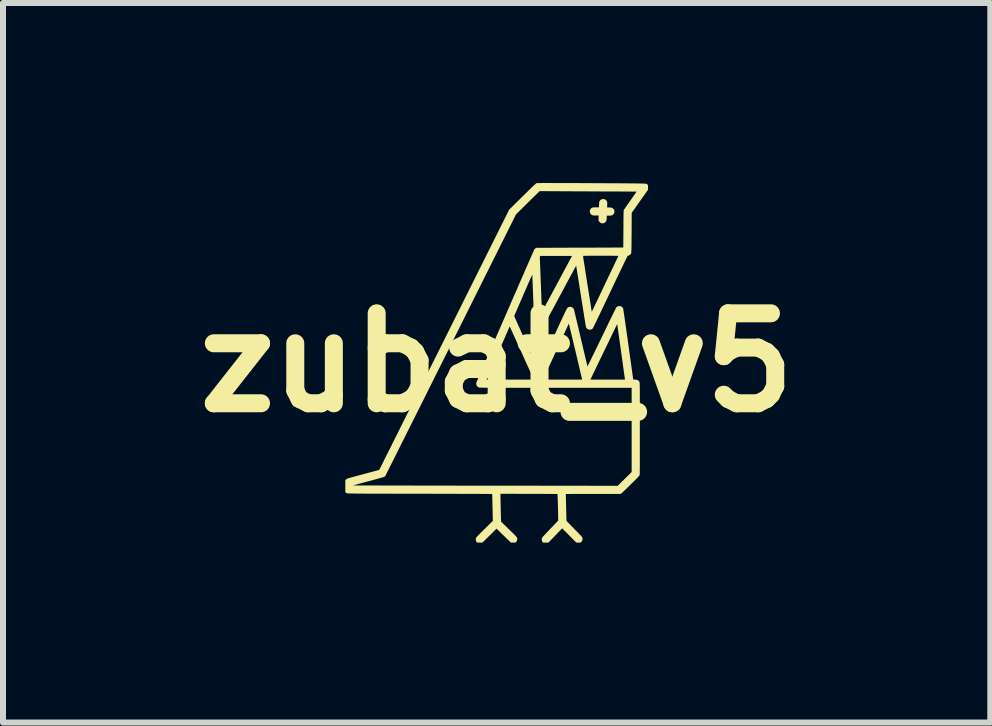
<source format=kicad_pcb>
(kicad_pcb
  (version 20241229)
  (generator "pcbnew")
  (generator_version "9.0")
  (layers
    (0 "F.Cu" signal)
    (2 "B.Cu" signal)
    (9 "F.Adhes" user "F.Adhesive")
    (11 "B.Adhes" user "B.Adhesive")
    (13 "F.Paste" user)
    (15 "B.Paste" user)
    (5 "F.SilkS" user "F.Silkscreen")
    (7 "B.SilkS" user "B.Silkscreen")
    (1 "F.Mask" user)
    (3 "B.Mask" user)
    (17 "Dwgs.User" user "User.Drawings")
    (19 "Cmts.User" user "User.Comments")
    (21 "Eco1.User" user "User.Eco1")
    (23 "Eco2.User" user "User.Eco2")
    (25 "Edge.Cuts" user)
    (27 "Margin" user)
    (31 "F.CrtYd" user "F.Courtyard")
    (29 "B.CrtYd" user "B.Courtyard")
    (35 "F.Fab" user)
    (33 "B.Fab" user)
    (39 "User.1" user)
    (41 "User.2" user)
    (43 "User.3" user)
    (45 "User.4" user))
  (footprint "zubat_v5"
    (layer "F.Cu")
    (at 5.229 2.994)
    (property "Reference" "zubat_v5" (at 0 0 0) (layer "F.SilkS") (effects (font (size 1.5 1.5) (thickness 0.3))))
    (attr board_only exclude_from_pos_files exclude_from_bom)
    (fp_poly (pts (xy 1.788 -2.726) (xy 1.797 -2.724) (xy 1.805 -2.721) (xy 1.809 -2.718) (xy 1.824 -2.707) (xy 1.835 -2.692) (xy 1.84 -2.681) (xy 1.842 -2.675) (xy 1.843 -2.669) (xy 1.843 -2.66) (xy 1.843 -2.649) (xy 1.843 -2.633) (xy 1.842 -2.627) (xy 1.841 -2.586) (xy 1.873 -2.586) (xy 1.893 -2.585) (xy 1.909 -2.583) (xy 1.921 -2.58) (xy 1.931 -2.575) (xy 1.941 -2.568) (xy 1.943 -2.565) (xy 1.955 -2.55) (xy 1.961 -2.533) (xy 1.963 -2.516) (xy 1.961 -2.498) (xy 1.953 -2.482) (xy 1.943 -2.47) (xy 1.935 -2.462) (xy 1.925 -2.456) (xy 1.914 -2.453) (xy 1.901 -2.45) (xy 1.883 -2.449) (xy 1.87 -2.449) (xy 1.836 -2.449) (xy 1.835 -2.44) (xy 1.835 -2.434) (xy 1.835 -2.424) (xy 1.834 -2.411) (xy 1.833 -2.4) (xy 1.832 -2.385) (xy 1.831 -2.375) (xy 1.829 -2.367) (xy 1.826 -2.361) (xy 1.824 -2.355) (xy 1.812 -2.341) (xy 1.798 -2.33) (xy 1.781 -2.323) (xy 1.763 -2.321) (xy 1.745 -2.324) (xy 1.742 -2.325) (xy 1.726 -2.334) (xy 1.712 -2.347) (xy 1.705 -2.356) (xy 1.702 -2.361) (xy 1.7 -2.366) (xy 1.699 -2.371) (xy 1.698 -2.377) (xy 1.698 -2.387) (xy 1.698 -2.4) (xy 1.698 -2.41) (xy 1.699 -2.452) (xy 1.654 -2.452) (xy 1.633 -2.452) (xy 1.617 -2.453) (xy 1.604 -2.455) (xy 1.593 -2.458) (xy 1.585 -2.462) (xy 1.577 -2.468) (xy 1.572 -2.472) (xy 1.561 -2.487) (xy 1.554 -2.504) (xy 1.552 -2.522) (xy 1.555 -2.539) (xy 1.562 -2.556) (xy 1.572 -2.568) (xy 1.58 -2.575) (xy 1.587 -2.58) (xy 1.596 -2.583) (xy 1.606 -2.586) (xy 1.62 -2.587) (xy 1.637 -2.588) (xy 1.657 -2.588) (xy 1.704 -2.588) (xy 1.706 -2.629) (xy 1.707 -2.648) (xy 1.708 -2.663) (xy 1.71 -2.674) (xy 1.712 -2.683) (xy 1.715 -2.69) (xy 1.719 -2.697) (xy 1.722 -2.701) (xy 1.735 -2.714) (xy 1.751 -2.722) (xy 1.77 -2.726) (xy 1.777 -2.726)) (stroke (width 0) (type solid)) (fill yes) (layer "F.SilkS"))
    (fp_poly (pts (xy 0.84 -2.994) (xy 0.87 -2.994) (xy 0.903 -2.993) (xy 0.939 -2.993) (xy 0.979 -2.993) (xy 1.023 -2.993) (xy 1.07 -2.993) (xy 1.122 -2.993) (xy 1.178 -2.992) (xy 1.239 -2.992) (xy 1.304 -2.992) (xy 1.374 -2.992) (xy 1.449 -2.991) (xy 1.529 -2.991) (xy 1.577 -2.991) (xy 1.661 -2.99) (xy 1.74 -2.99) (xy 1.813 -2.99) (xy 1.882 -2.989) (xy 1.946 -2.989) (xy 2.006 -2.989) (xy 2.061 -2.988) (xy 2.111 -2.988) (xy 2.158 -2.988) (xy 2.201 -2.987) (xy 2.24 -2.987) (xy 2.275 -2.987) (xy 2.308 -2.987) (xy 2.337 -2.986) (xy 2.362 -2.986) (xy 2.386 -2.985) (xy 2.406 -2.985) (xy 2.424 -2.985) (xy 2.439 -2.984) (xy 2.453 -2.984) (xy 2.464 -2.983) (xy 2.474 -2.982) (xy 2.482 -2.982) (xy 2.488 -2.981) (xy 2.494 -2.98) (xy 2.498 -2.979) (xy 2.501 -2.978) (xy 2.503 -2.977) (xy 2.505 -2.976) (xy 2.506 -2.974) (xy 2.508 -2.973) (xy 2.509 -2.972) (xy 2.51 -2.97) (xy 2.511 -2.968) (xy 2.512 -2.968) (xy 2.523 -2.957) (xy 2.523 -2.919) (xy 2.523 -2.881) (xy 2.387 -2.689) (xy 2.251 -2.497) (xy 2.249 -2.168) (xy 2.249 -2.117) (xy 2.248 -2.072) (xy 2.248 -2.031) (xy 2.248 -1.995) (xy 2.248 -1.964) (xy 2.247 -1.936) (xy 2.247 -1.912) (xy 2.246 -1.891) (xy 2.246 -1.874) (xy 2.245 -1.859) (xy 2.245 -1.847) (xy 2.244 -1.837) (xy 2.243 -1.829) (xy 2.241 -1.823) (xy 2.24 -1.818) (xy 2.238 -1.814) (xy 2.236 -1.811) (xy 2.234 -1.808) (xy 2.232 -1.806) (xy 2.229 -1.803) (xy 2.227 -1.801) (xy 2.217 -1.793) (xy 2.205 -1.787) (xy 2.193 -1.782) (xy 2.185 -1.781) (xy 2.183 -1.779) (xy 2.18 -1.773) (xy 2.175 -1.764) (xy 2.169 -1.75) (xy 2.16 -1.733) (xy 2.149 -1.712) (xy 2.137 -1.686) (xy 2.122 -1.656) (xy 2.106 -1.622) (xy 2.087 -1.583) (xy 2.067 -1.541) (xy 2.044 -1.493) (xy 2.019 -1.441) (xy 1.992 -1.385) (xy 1.963 -1.323) (xy 1.932 -1.257) (xy 1.898 -1.186) (xy 1.896 -1.181) (xy 1.87 -1.127) (xy 1.845 -1.074) (xy 1.82 -1.022) (xy 1.796 -0.973) (xy 1.774 -0.925) (xy 1.752 -0.879) (xy 1.731 -0.836) (xy 1.712 -0.795) (xy 1.693 -0.757) (xy 1.676 -0.721) (xy 1.661 -0.689) (xy 1.647 -0.661) (xy 1.635 -0.636) (xy 1.625 -0.615) (xy 1.617 -0.598) (xy 1.61 -0.585) (xy 1.606 -0.576) (xy 1.604 -0.573) (xy 1.604 -0.573) (xy 1.592 -0.561) (xy 1.577 -0.553) (xy 1.561 -0.549) (xy 1.544 -0.55) (xy 1.528 -0.554) (xy 1.513 -0.561) (xy 1.501 -0.572) (xy 1.491 -0.586) (xy 1.488 -0.595) (xy 1.487 -0.599) (xy 1.485 -0.608) (xy 1.483 -0.623) (xy 1.48 -0.641) (xy 1.476 -0.664) (xy 1.472 -0.691) (xy 1.467 -0.722) (xy 1.461 -0.756) (xy 1.455 -0.794) (xy 1.449 -0.834) (xy 1.442 -0.877) (xy 1.435 -0.922) (xy 1.427 -0.97) (xy 1.419 -1.019) (xy 1.411 -1.07) (xy 1.405 -1.112) (xy 1.396 -1.164) (xy 1.389 -1.214) (xy 1.381 -1.263) (xy 1.374 -1.309) (xy 1.367 -1.353) (xy 1.36 -1.395) (xy 1.354 -1.434) (xy 1.348 -1.47) (xy 1.343 -1.503) (xy 1.339 -1.532) (xy 1.334 -1.557) (xy 1.331 -1.578) (xy 1.328 -1.595) (xy 1.326 -1.607) (xy 1.325 -1.614) (xy 1.325 -1.616) (xy 1.324 -1.614) (xy 1.32 -1.607) (xy 1.314 -1.596) (xy 1.305 -1.58) (xy 1.295 -1.561) (xy 1.282 -1.538) (xy 1.268 -1.511) (xy 1.252 -1.481) (xy 1.234 -1.448) (xy 1.215 -1.413) (xy 1.194 -1.374) (xy 1.172 -1.333) (xy 1.149 -1.29) (xy 1.125 -1.245) (xy 1.1 -1.198) (xy 1.074 -1.149) (xy 1.047 -1.1) (xy 1.039 -1.086) (xy 1.013 -1.036) (xy 0.986 -0.987) (xy 0.961 -0.939) (xy 0.936 -0.893) (xy 0.912 -0.849) (xy 0.889 -0.807) (xy 0.868 -0.767) (xy 0.848 -0.73) (xy 0.829 -0.695) (xy 0.812 -0.664) (xy 0.797 -0.636) (xy 0.783 -0.611) (xy 0.772 -0.59) (xy 0.762 -0.572) (xy 0.755 -0.559) (xy 0.75 -0.55) (xy 0.748 -0.546) (xy 0.747 -0.545) (xy 0.735 -0.533) (xy 0.72 -0.526) (xy 0.704 -0.522) (xy 0.687 -0.522) (xy 0.671 -0.526) (xy 0.656 -0.534) (xy 0.644 -0.545) (xy 0.635 -0.56) (xy 0.632 -0.568) (xy 0.631 -0.57) (xy 0.63 -0.575) (xy 0.63 -0.581) (xy 0.629 -0.589) (xy 0.628 -0.6) (xy 0.627 -0.613) (xy 0.627 -0.628) (xy 0.626 -0.647) (xy 0.625 -0.669) (xy 0.623 -0.694) (xy 0.622 -0.724) (xy 0.621 -0.757) (xy 0.619 -0.794) (xy 0.618 -0.835) (xy 0.616 -0.882) (xy 0.614 -0.933) (xy 0.612 -0.989) (xy 0.611 -1.017) (xy 0.609 -1.066) (xy 0.607 -1.113) (xy 0.606 -1.158) (xy 0.604 -1.201) (xy 0.602 -1.242) (xy 0.601 -1.281) (xy 0.6 -1.317) (xy 0.598 -1.349) (xy 0.597 -1.378) (xy 0.596 -1.403) (xy 0.595 -1.424) (xy 0.595 -1.441) (xy 0.594 -1.453) (xy 0.594 -1.46) (xy 0.594 -1.462) (xy 0.593 -1.462) (xy 0.592 -1.461) (xy 0.59 -1.457) (xy 0.587 -1.451) (xy 0.583 -1.442) (xy 0.577 -1.431) (xy 0.57 -1.416) (xy 0.562 -1.398) (xy 0.553 -1.377) (xy 0.542 -1.352) (xy 0.529 -1.324) (xy 0.515 -1.291) (xy 0.499 -1.254) (xy 0.481 -1.213) (xy 0.461 -1.167) (xy 0.443 -1.126) (xy 0.426 -1.085) (xy 0.408 -1.045) (xy 0.392 -1.007) (xy 0.376 -0.971) (xy 0.361 -0.936) (xy 0.348 -0.905) (xy 0.335 -0.876) (xy 0.324 -0.85) (xy 0.314 -0.828) (xy 0.306 -0.809) (xy 0.3 -0.794) (xy 0.296 -0.783) (xy 0.293 -0.777) (xy 0.293 -0.776) (xy 0.294 -0.773) (xy 0.297 -0.766) (xy 0.302 -0.754) (xy 0.309 -0.738) (xy 0.317 -0.718) (xy 0.328 -0.695) (xy 0.339 -0.669) (xy 0.352 -0.64) (xy 0.366 -0.608) (xy 0.382 -0.574) (xy 0.398 -0.538) (xy 0.414 -0.501) (xy 0.432 -0.462) (xy 0.45 -0.422) (xy 0.468 -0.382) (xy 0.486 -0.341) (xy 0.504 -0.3) (xy 0.523 -0.26) (xy 0.541 -0.219) (xy 0.559 -0.18) (xy 0.576 -0.142) (xy 0.593 -0.105) (xy 0.609 -0.07) (xy 0.624 -0.037) (xy 0.637 -0.006) (xy 0.65 0.022) (xy 0.662 0.047) (xy 0.672 0.068) (xy 0.68 0.087) (xy 0.687 0.101) (xy 0.692 0.111) (xy 0.694 0.117) (xy 0.695 0.118) (xy 0.696 0.116) (xy 0.7 0.109) (xy 0.705 0.097) (xy 0.713 0.082) (xy 0.722 0.062) (xy 0.733 0.038) (xy 0.746 0.011) (xy 0.76 -0.019) (xy 0.776 -0.053) (xy 0.793 -0.09) (xy 0.811 -0.129) (xy 0.83 -0.17) (xy 0.851 -0.214) (xy 0.872 -0.26) (xy 0.894 -0.307) (xy 0.916 -0.356) (xy 0.932 -0.389) (xy 0.959 -0.449) (xy 0.985 -0.505) (xy 1.008 -0.556) (xy 1.03 -0.602) (xy 1.049 -0.645) (xy 1.067 -0.683) (xy 1.083 -0.718) (xy 1.097 -0.749) (xy 1.11 -0.776) (xy 1.122 -0.801) (xy 1.132 -0.823) (xy 1.141 -0.841) (xy 1.149 -0.858) (xy 1.156 -0.871) (xy 1.162 -0.883) (xy 1.168 -0.893) (xy 1.172 -0.901) (xy 1.176 -0.907) (xy 1.18 -0.912) (xy 1.183 -0.916) (xy 1.186 -0.919) (xy 1.189 -0.921) (xy 1.191 -0.922) (xy 1.194 -0.923) (xy 1.196 -0.924) (xy 1.199 -0.925) (xy 1.201 -0.926) (xy 1.211 -0.928) (xy 1.221 -0.93) (xy 1.225 -0.93) (xy 1.242 -0.928) (xy 1.258 -0.921) (xy 1.272 -0.91) (xy 1.283 -0.896) (xy 1.288 -0.885) (xy 1.289 -0.881) (xy 1.292 -0.872) (xy 1.295 -0.858) (xy 1.299 -0.84) (xy 1.305 -0.817) (xy 1.311 -0.791) (xy 1.318 -0.761) (xy 1.326 -0.727) (xy 1.335 -0.691) (xy 1.344 -0.651) (xy 1.354 -0.61) (xy 1.365 -0.566) (xy 1.375 -0.52) (xy 1.387 -0.472) (xy 1.398 -0.423) (xy 1.402 -0.408) (xy 1.413 -0.358) (xy 1.425 -0.311) (xy 1.436 -0.264) (xy 1.446 -0.22) (xy 1.456 -0.178) (xy 1.465 -0.139) (xy 1.474 -0.102) (xy 1.482 -0.068) (xy 1.489 -0.038) (xy 1.496 -0.011) (xy 1.501 0.012) (xy 1.506 0.031) (xy 1.509 0.046) (xy 1.512 0.055) (xy 1.513 0.06) (xy 1.513 0.061) (xy 1.514 0.06) (xy 1.517 0.055) (xy 1.522 0.046) (xy 1.528 0.034) (xy 1.536 0.018) (xy 1.546 -0.002) (xy 1.558 -0.026) (xy 1.572 -0.054) (xy 1.588 -0.087) (xy 1.606 -0.124) (xy 1.626 -0.165) (xy 1.648 -0.21) (xy 1.673 -0.261) (xy 1.699 -0.316) (xy 1.728 -0.375) (xy 1.751 -0.423) (xy 1.775 -0.472) (xy 1.798 -0.519) (xy 1.82 -0.565) (xy 1.841 -0.609) (xy 1.862 -0.652) (xy 1.881 -0.692) (xy 1.9 -0.729) (xy 1.917 -0.764) (xy 1.932 -0.796) (xy 1.946 -0.825) (xy 1.959 -0.851) (xy 1.97 -0.872) (xy 1.979 -0.89) (xy 1.985 -0.904) (xy 1.99 -0.914) (xy 1.993 -0.919) (xy 1.993 -0.919) (xy 2.006 -0.931) (xy 2.021 -0.939) (xy 2.038 -0.943) (xy 2.056 -0.942) (xy 2.067 -0.94) (xy 2.081 -0.933) (xy 2.093 -0.923) (xy 2.103 -0.912) (xy 2.108 -0.903) (xy 2.109 -0.9) (xy 2.11 -0.891) (xy 2.112 -0.878) (xy 2.115 -0.859) (xy 2.118 -0.837) (xy 2.122 -0.81) (xy 2.127 -0.779) (xy 2.132 -0.745) (xy 2.137 -0.707) (xy 2.143 -0.666) (xy 2.149 -0.622) (xy 2.156 -0.576) (xy 2.163 -0.527) (xy 2.17 -0.476) (xy 2.178 -0.423) (xy 2.185 -0.369) (xy 2.193 -0.313) (xy 2.194 -0.306) (xy 2.276 0.282) (xy 2.306 0.284) (xy 2.326 0.285) (xy 2.342 0.289) (xy 2.354 0.294) (xy 2.365 0.302) (xy 2.37 0.308) (xy 2.372 0.309) (xy 2.373 0.311) (xy 2.375 0.312) (xy 2.376 0.314) (xy 2.377 0.315) (xy 2.378 0.317) (xy 2.379 0.32) (xy 2.38 0.324) (xy 2.381 0.328) (xy 2.382 0.334) (xy 2.383 0.341) (xy 2.383 0.35) (xy 2.384 0.36) (xy 2.384 0.373) (xy 2.385 0.387) (xy 2.385 0.404) (xy 2.385 0.423) (xy 2.386 0.446) (xy 2.386 0.471) (xy 2.386 0.499) (xy 2.386 0.53) (xy 2.386 0.565) (xy 2.386 0.603) (xy 2.386 0.646) (xy 2.386 0.692) (xy 2.386 0.743) (xy 2.386 0.798) (xy 2.386 0.857) (xy 2.386 0.922) (xy 2.386 0.991) (xy 2.386 1.066) (xy 2.386 1.102) (xy 2.386 1.178) (xy 2.386 1.25) (xy 2.386 1.316) (xy 2.386 1.378) (xy 2.386 1.434) (xy 2.386 1.486) (xy 2.386 1.534) (xy 2.386 1.578) (xy 2.386 1.618) (xy 2.386 1.654) (xy 2.386 1.686) (xy 2.386 1.715) (xy 2.386 1.741) (xy 2.386 1.764) (xy 2.385 1.784) (xy 2.385 1.802) (xy 2.385 1.817) (xy 2.385 1.83) (xy 2.385 1.841) (xy 2.384 1.85) (xy 2.384 1.857) (xy 2.384 1.863) (xy 2.383 1.867) (xy 2.383 1.871) (xy 2.383 1.873) (xy 2.382 1.875) (xy 2.382 1.875) (xy 2.381 1.878) (xy 2.379 1.881) (xy 2.377 1.885) (xy 2.373 1.89) (xy 2.368 1.895) (xy 2.362 1.903) (xy 2.353 1.912) (xy 2.342 1.923) (xy 2.329 1.936) (xy 2.314 1.952) (xy 2.295 1.971) (xy 2.273 1.993) (xy 2.247 2.018) (xy 2.233 2.032) (xy 2.21 2.055) (xy 2.187 2.078) (xy 2.165 2.099) (xy 2.145 2.118) (xy 2.127 2.135) (xy 2.112 2.15) (xy 2.098 2.163) (xy 2.088 2.173) (xy 2.081 2.179) (xy 2.077 2.182) (xy 2.066 2.189) (xy 1.609 2.189) (xy 1.151 2.19) (xy 1.152 2.203) (xy 1.153 2.208) (xy 1.153 2.218) (xy 1.153 2.232) (xy 1.154 2.25) (xy 1.154 2.272) (xy 1.155 2.298) (xy 1.156 2.325) (xy 1.156 2.356) (xy 1.157 2.388) (xy 1.158 2.421) (xy 1.159 2.454) (xy 1.159 2.485) (xy 1.16 2.515) (xy 1.161 2.543) (xy 1.161 2.567) (xy 1.162 2.589) (xy 1.162 2.606) (xy 1.163 2.62) (xy 1.163 2.629) (xy 1.163 2.633) (xy 1.163 2.633) (xy 1.164 2.636) (xy 1.167 2.64) (xy 1.171 2.645) (xy 1.177 2.652) (xy 1.186 2.662) (xy 1.197 2.673) (xy 1.211 2.688) (xy 1.228 2.705) (xy 1.247 2.726) (xy 1.271 2.749) (xy 1.294 2.773) (xy 1.319 2.799) (xy 1.342 2.821) (xy 1.36 2.84) (xy 1.376 2.857) (xy 1.389 2.87) (xy 1.4 2.882) (xy 1.408 2.891) (xy 1.415 2.898) (xy 1.42 2.904) (xy 1.423 2.909) (xy 1.425 2.912) (xy 1.427 2.916) (xy 1.427 2.917) (xy 1.431 2.936) (xy 1.43 2.955) (xy 1.423 2.972) (xy 1.412 2.988) (xy 1.411 2.988) (xy 1.399 3) (xy 1.363 3) (xy 1.327 3) (xy 1.209 2.881) (xy 1.092 2.762) (xy 0.978 2.881) (xy 0.863 3) (xy 0.818 3) (xy 0.772 3) (xy 0.764 2.989) (xy 0.755 2.972) (xy 0.751 2.954) (xy 0.752 2.936) (xy 0.758 2.918) (xy 0.759 2.917) (xy 0.762 2.913) (xy 0.768 2.905) (xy 0.779 2.893) (xy 0.792 2.879) (xy 0.808 2.861) (xy 0.827 2.842) (xy 0.848 2.819) (xy 0.871 2.795) (xy 0.895 2.77) (xy 1.025 2.634) (xy 1.025 2.594) (xy 1.025 2.579) (xy 1.025 2.56) (xy 1.024 2.538) (xy 1.024 2.513) (xy 1.023 2.486) (xy 1.023 2.458) (xy 1.022 2.429) (xy 1.021 2.4) (xy 1.02 2.37) (xy 1.02 2.342) (xy 1.019 2.314) (xy 1.018 2.288) (xy 1.017 2.263) (xy 1.016 2.242) (xy 1.016 2.224) (xy 1.015 2.209) (xy 1.014 2.198) (xy 1.014 2.192) (xy 1.014 2.191) (xy 1.011 2.191) (xy 1.003 2.19) (xy 0.99 2.19) (xy 0.972 2.19) (xy 0.95 2.19) (xy 0.924 2.189) (xy 0.894 2.189) (xy 0.861 2.189) (xy 0.824 2.189) (xy 0.785 2.189) (xy 0.743 2.188) (xy 0.698 2.188) (xy 0.652 2.188) (xy 0.603 2.188) (xy 0.553 2.188) (xy 0.537 2.188) (xy 0.063 2.187) (xy 0.063 2.225) (xy 0.063 2.234) (xy 0.063 2.248) (xy 0.064 2.266) (xy 0.064 2.288) (xy 0.065 2.314) (xy 0.065 2.342) (xy 0.066 2.372) (xy 0.067 2.404) (xy 0.067 2.437) (xy 0.068 2.457) (xy 0.073 2.651) (xy 0.133 2.709) (xy 0.15 2.726) (xy 0.171 2.746) (xy 0.193 2.768) (xy 0.216 2.79) (xy 0.237 2.811) (xy 0.258 2.83) (xy 0.261 2.834) (xy 0.277 2.85) (xy 0.293 2.865) (xy 0.306 2.879) (xy 0.318 2.891) (xy 0.327 2.901) (xy 0.333 2.908) (xy 0.335 2.911) (xy 0.342 2.927) (xy 0.343 2.944) (xy 0.34 2.962) (xy 0.333 2.978) (xy 0.325 2.989) (xy 0.314 3) (xy 0.276 3) (xy 0.237 3) (xy 0.196 2.96) (xy 0.184 2.949) (xy 0.169 2.934) (xy 0.152 2.918) (xy 0.133 2.899) (xy 0.113 2.88) (xy 0.093 2.861) (xy 0.076 2.844) (xy -0.002 2.768) (xy -0.119 2.884) (xy -0.237 3) (xy -0.282 3) (xy -0.327 3) (xy -0.334 2.991) (xy -0.344 2.974) (xy -0.348 2.956) (xy -0.348 2.936) (xy -0.345 2.925) (xy -0.344 2.922) (xy -0.342 2.919) (xy -0.339 2.915) (xy -0.336 2.91) (xy -0.331 2.904) (xy -0.324 2.897) (xy -0.315 2.888) (xy -0.304 2.877) (xy -0.291 2.863) (xy -0.275 2.847) (xy -0.256 2.828) (xy -0.234 2.806) (xy -0.208 2.78) (xy -0.202 2.775) (xy -0.064 2.638) (xy -0.069 2.416) (xy -0.07 2.382) (xy -0.071 2.349) (xy -0.071 2.318) (xy -0.072 2.29) (xy -0.073 2.264) (xy -0.073 2.242) (xy -0.074 2.223) (xy -0.074 2.208) (xy -0.075 2.198) (xy -0.075 2.192) (xy -0.075 2.191) (xy -0.077 2.191) (xy -0.082 2.191) (xy -0.09 2.19) (xy -0.102 2.19) (xy -0.117 2.19) (xy -0.136 2.19) (xy -0.159 2.189) (xy -0.185 2.189) (xy -0.216 2.189) (xy -0.25 2.189) (xy -0.289 2.189) (xy -0.331 2.188) (xy -0.378 2.188) (xy -0.43 2.188) (xy -0.486 2.188) (xy -0.546 2.188) (xy -0.611 2.188) (xy -0.681 2.187) (xy -0.756 2.187) (xy -0.835 2.187) (xy -0.92 2.187) (xy -1.01 2.187) (xy -1.105 2.186) (xy -1.205 2.186) (xy -1.277 2.186) (xy -1.374 2.186) (xy -1.466 2.186) (xy -1.553 2.186) (xy -1.635 2.186) (xy -1.712 2.186) (xy -1.784 2.185) (xy -1.852 2.185) (xy -1.915 2.185) (xy -1.974 2.185) (xy -2.029 2.185) (xy -2.08 2.185) (xy -2.127 2.185) (xy -2.171 2.185) (xy -2.211 2.184) (xy -2.247 2.184) (xy -2.281 2.184) (xy -2.311 2.184) (xy -2.339 2.183) (xy -2.364 2.183) (xy -2.386 2.183) (xy -2.405 2.183) (xy -2.423 2.182) (xy -2.438 2.182) (xy -2.451 2.181) (xy -2.463 2.181) (xy -2.473 2.18) (xy -2.481 2.18) (xy -2.487 2.179) (xy -2.493 2.178) (xy -2.497 2.178) (xy -2.501 2.177) (xy -2.503 2.176) (xy -2.505 2.175) (xy -2.507 2.174) (xy -2.508 2.173) (xy -2.509 2.172) (xy -2.51 2.171) (xy -2.511 2.17) (xy -2.512 2.169) (xy -2.513 2.168) (xy -2.523 2.16) (xy -2.523 2.062) (xy -2.523 2.047) (xy -2.395 2.047) (xy -2.322 2.048) (xy -2.315 2.048) (xy -2.303 2.048) (xy -2.286 2.048) (xy -2.264 2.048) (xy -2.237 2.048) (xy -2.205 2.048) (xy -2.169 2.048) (xy -2.129 2.048) (xy -2.084 2.048) (xy -2.036 2.048) (xy -1.983 2.048) (xy -1.928 2.049) (xy -1.868 2.049) (xy -1.806 2.049) (xy -1.74 2.049) (xy -1.671 2.049) (xy -1.6 2.049) (xy -1.526 2.049) (xy -1.449 2.049) (xy -1.37 2.05) (xy -1.289 2.05) (xy -1.206 2.05) (xy -1.122 2.05) (xy -1.035 2.05) (xy -0.947 2.05) (xy -0.858 2.05) (xy -0.768 2.05) (xy -0.677 2.051) (xy -0.585 2.051) (xy -0.492 2.051) (xy -0.399 2.051) (xy -0.306 2.051) (xy -0.212 2.051) (xy -0.118 2.051) (xy -0.025 2.052) (xy 0.068 2.052) (xy 0.16 2.052) (xy 0.252 2.052) (xy 0.343 2.052) (xy 0.433 2.052) (xy 0.521 2.052) (xy 0.609 2.052) (xy 0.694 2.052) (xy 0.778 2.053) (xy 0.861 2.053) (xy 0.941 2.053) (xy 1.019 2.053) (xy 1.094 2.053) (xy 1.168 2.053) (xy 1.238 2.053) (xy 1.306 2.053) (xy 1.37 2.053) (xy 1.431 2.053) (xy 1.466 2.053) (xy 2.017 2.054) (xy 2.133 1.939) (xy 2.25 1.824) (xy 2.25 1.122) (xy 2.25 0.42) (xy 0.983 0.42) (xy 0.883 0.42) (xy 0.789 0.42) (xy 0.699 0.42) (xy 0.615 0.42) (xy 0.535 0.42) (xy 0.46 0.42) (xy 0.39 0.42) (xy 0.324 0.42) (xy 0.262 0.42) (xy 0.205 0.42) (xy 0.152 0.42) (xy 0.102 0.42) (xy 0.056 0.42) (xy 0.014 0.42) (xy -0.024 0.419) (xy -0.06 0.419) (xy -0.092 0.419) (xy -0.121 0.419) (xy -0.148 0.419) (xy -0.171 0.419) (xy -0.192 0.419) (xy -0.211 0.419) (xy -0.227 0.418) (xy -0.241 0.418) (xy -0.253 0.418) (xy -0.264 0.418) (xy -0.272 0.417) (xy -0.279 0.417) (xy -0.285 0.417) (xy -0.289 0.417) (xy -0.292 0.416) (xy -0.294 0.416) (xy -0.295 0.416) (xy -0.312 0.407) (xy -0.326 0.395) (xy -0.335 0.379) (xy -0.34 0.36) (xy -0.34 0.358) (xy -0.341 0.349) (xy -0.34 0.34) (xy -0.337 0.33) (xy -0.333 0.322) (xy -0.331 0.316) (xy -0.327 0.305) (xy -0.32 0.29) (xy -0.317 0.284) (xy -0.169 0.284) (xy 0.225 0.284) (xy 0.619 0.284) (xy 0.618 0.282) (xy 0.773 0.282) (xy 0.775 0.282) (xy 0.783 0.282) (xy 0.795 0.282) (xy 0.812 0.283) (xy 0.833 0.283) (xy 0.858 0.283) (xy 0.886 0.283) (xy 0.918 0.283) (xy 0.952 0.283) (xy 0.989 0.284) (xy 1.027 0.284) (xy 1.068 0.284) (xy 1.098 0.284) (xy 1.139 0.284) (xy 1.179 0.284) (xy 1.218 0.284) (xy 1.254 0.283) (xy 1.287 0.283) (xy 1.318 0.283) (xy 1.345 0.283) (xy 1.369 0.283) (xy 1.389 0.283) (xy 1.405 0.282) (xy 1.416 0.282) (xy 1.42 0.282) (xy 1.563 0.282) (xy 1.565 0.282) (xy 1.573 0.282) (xy 1.586 0.283) (xy 1.603 0.283) (xy 1.624 0.283) (xy 1.648 0.283) (xy 1.676 0.283) (xy 1.707 0.283) (xy 1.741 0.284) (xy 1.776 0.284) (xy 1.814 0.284) (xy 1.851 0.284) (xy 1.89 0.284) (xy 1.927 0.284) (xy 1.963 0.284) (xy 1.996 0.283) (xy 2.027 0.283) (xy 2.055 0.283) (xy 2.079 0.283) (xy 2.1 0.283) (xy 2.116 0.283) (xy 2.128 0.283) (xy 2.136 0.283) (xy 2.138 0.282) (xy 2.138 0.28) (xy 2.137 0.272) (xy 2.135 0.259) (xy 2.133 0.242) (xy 2.13 0.221) (xy 2.126 0.196) (xy 2.122 0.168) (xy 2.118 0.136) (xy 2.113 0.103) (xy 2.108 0.066) (xy 2.103 0.028) (xy 2.097 -0.012) (xy 2.092 -0.053) (xy 2.086 -0.095) (xy 2.08 -0.138) (xy 2.074 -0.181) (xy 2.068 -0.225) (xy 2.062 -0.267) (xy 2.056 -0.31) (xy 2.05 -0.351) (xy 2.044 -0.39) (xy 2.039 -0.428) (xy 2.034 -0.464) (xy 2.029 -0.498) (xy 2.025 -0.529) (xy 2.021 -0.556) (xy 2.018 -0.581) (xy 2.015 -0.601) (xy 2.012 -0.618) (xy 2.011 -0.63) (xy 2.01 -0.637) (xy 2.009 -0.639) (xy 2.009 -0.64) (xy 2.009 -0.64) (xy 2.009 -0.641) (xy 2.009 -0.641) (xy 2.009 -0.641) (xy 2.008 -0.64) (xy 2.007 -0.638) (xy 2.006 -0.635) (xy 2.004 -0.631) (xy 2.001 -0.626) (xy 1.997 -0.619) (xy 1.993 -0.61) (xy 1.988 -0.598) (xy 1.981 -0.585) (xy 1.973 -0.569) (xy 1.965 -0.551) (xy 1.954 -0.53) (xy 1.942 -0.505) (xy 1.929 -0.478) (xy 1.914 -0.447) (xy 1.897 -0.412) (xy 1.879 -0.374) (xy 1.858 -0.331) (xy 1.836 -0.285) (xy 1.811 -0.233) (xy 1.784 -0.178) (xy 1.771 -0.151) (xy 1.749 -0.105) (xy 1.728 -0.061) (xy 1.707 -0.018) (xy 1.687 0.023) (xy 1.669 0.061) (xy 1.651 0.098) (xy 1.635 0.132) (xy 1.62 0.163) (xy 1.606 0.191) (xy 1.594 0.216) (xy 1.584 0.237) (xy 1.576 0.255) (xy 1.569 0.268) (xy 1.565 0.277) (xy 1.563 0.281) (xy 1.563 0.282) (xy 1.42 0.282) (xy 1.422 0.282) (xy 1.424 0.282) (xy 1.423 0.278) (xy 1.421 0.27) (xy 1.419 0.258) (xy 1.415 0.241) (xy 1.41 0.22) (xy 1.404 0.195) (xy 1.397 0.167) (xy 1.39 0.136) (xy 1.382 0.103) (xy 1.374 0.067) (xy 1.365 0.029) (xy 1.356 -0.01) (xy 1.346 -0.051) (xy 1.336 -0.093) (xy 1.326 -0.136) (xy 1.316 -0.179) (xy 1.306 -0.222) (xy 1.295 -0.264) (xy 1.285 -0.307) (xy 1.276 -0.348) (xy 1.266 -0.388) (xy 1.257 -0.426) (xy 1.248 -0.462) (xy 1.24 -0.496) (xy 1.232 -0.528) (xy 1.225 -0.557) (xy 1.219 -0.582) (xy 1.214 -0.604) (xy 1.21 -0.622) (xy 1.206 -0.636) (xy 1.204 -0.645) (xy 1.203 -0.649) (xy 1.202 -0.65) (xy 1.201 -0.647) (xy 1.198 -0.64) (xy 1.192 -0.628) (xy 1.185 -0.612) (xy 1.175 -0.592) (xy 1.164 -0.568) (xy 1.152 -0.541) (xy 1.138 -0.51) (xy 1.122 -0.477) (xy 1.106 -0.441) (xy 1.088 -0.402) (xy 1.069 -0.361) (xy 1.049 -0.318) (xy 1.028 -0.273) (xy 1.007 -0.226) (xy 0.987 -0.184) (xy 0.965 -0.137) (xy 0.944 -0.09) (xy 0.924 -0.046) (xy 0.904 -0.003) (xy 0.885 0.038) (xy 0.867 0.077) (xy 0.851 0.113) (xy 0.835 0.146) (xy 0.822 0.176) (xy 0.809 0.203) (xy 0.798 0.226) (xy 0.789 0.246) (xy 0.782 0.261) (xy 0.777 0.273) (xy 0.774 0.279) (xy 0.773 0.282) (xy 0.618 0.282) (xy 0.615 0.275) (xy 0.614 0.271) (xy 0.61 0.263) (xy 0.605 0.251) (xy 0.597 0.234) (xy 0.588 0.213) (xy 0.577 0.189) (xy 0.564 0.161) (xy 0.55 0.13) (xy 0.535 0.097) (xy 0.518 0.06) (xy 0.501 0.022) (xy 0.482 -0.019) (xy 0.463 -0.062) (xy 0.443 -0.106) (xy 0.422 -0.152) (xy 0.419 -0.16) (xy 0.398 -0.205) (xy 0.378 -0.25) (xy 0.358 -0.293) (xy 0.34 -0.334) (xy 0.322 -0.373) (xy 0.305 -0.41) (xy 0.29 -0.444) (xy 0.275 -0.475) (xy 0.263 -0.504) (xy 0.251 -0.529) (xy 0.242 -0.55) (xy 0.234 -0.568) (xy 0.228 -0.581) (xy 0.224 -0.59) (xy 0.222 -0.594) (xy 0.222 -0.594) (xy 0.219 -0.6) (xy 0.217 -0.601) (xy 0.215 -0.6) (xy 0.214 -0.597) (xy 0.211 -0.589) (xy 0.205 -0.577) (xy 0.198 -0.561) (xy 0.189 -0.54) (xy 0.179 -0.516) (xy 0.167 -0.489) (xy 0.153 -0.458) (xy 0.139 -0.424) (xy 0.123 -0.388) (xy 0.106 -0.349) (xy 0.088 -0.309) (xy 0.07 -0.266) (xy 0.051 -0.221) (xy 0.031 -0.176) (xy 0.027 -0.167) (xy 0.007 -0.121) (xy -0.012 -0.077) (xy -0.031 -0.033) (xy -0.049 0.008) (xy -0.066 0.048) (xy -0.082 0.085) (xy -0.097 0.12) (xy -0.111 0.151) (xy -0.124 0.18) (xy -0.135 0.205) (xy -0.144 0.227) (xy -0.152 0.245) (xy -0.158 0.258) (xy -0.162 0.267) (xy -0.164 0.272) (xy -0.164 0.272) (xy -0.169 0.284) (xy -0.317 0.284) (xy -0.312 0.271) (xy -0.302 0.247) (xy -0.29 0.22) (xy -0.276 0.189) (xy -0.261 0.154) (xy -0.245 0.116) (xy -0.227 0.075) (xy -0.208 0.031) (xy -0.188 -0.016) (xy -0.167 -0.065) (xy -0.144 -0.116) (xy -0.121 -0.17) (xy -0.097 -0.226) (xy -0.072 -0.283) (xy -0.046 -0.342) (xy -0.02 -0.403) (xy 0.007 -0.464) (xy 0.034 -0.527) (xy 0.062 -0.59) (xy 0.09 -0.654) (xy 0.118 -0.719) (xy 0.146 -0.783) (xy 0.174 -0.848) (xy 0.202 -0.912) (xy 0.23 -0.976) (xy 0.257 -1.039) (xy 0.284 -1.102) (xy 0.311 -1.163) (xy 0.338 -1.224) (xy 0.363 -1.283) (xy 0.388 -1.34) (xy 0.413 -1.396) (xy 0.436 -1.45) (xy 0.459 -1.501) (xy 0.48 -1.551) (xy 0.501 -1.597) (xy 0.52 -1.641) (xy 0.538 -1.682) (xy 0.554 -1.72) (xy 0.57 -1.755) (xy 0.719 -1.755) (xy 0.719 -1.746) (xy 0.719 -1.742) (xy 0.719 -1.734) (xy 0.72 -1.72) (xy 0.721 -1.702) (xy 0.722 -1.68) (xy 0.723 -1.654) (xy 0.724 -1.625) (xy 0.725 -1.594) (xy 0.727 -1.559) (xy 0.728 -1.522) (xy 0.73 -1.484) (xy 0.731 -1.443) (xy 0.733 -1.402) (xy 0.734 -1.36) (xy 0.736 -1.317) (xy 0.738 -1.274) (xy 0.739 -1.232) (xy 0.741 -1.19) (xy 0.743 -1.149) (xy 0.744 -1.109) (xy 0.745 -1.071) (xy 0.747 -1.035) (xy 0.748 -1.002) (xy 0.749 -0.971) (xy 0.75 -0.943) (xy 0.751 -0.919) (xy 0.752 -0.898) (xy 0.752 -0.882) (xy 0.753 -0.87) (xy 0.753 -0.863) (xy 0.753 -0.862) (xy 0.753 -0.853) (xy 0.754 -0.847) (xy 0.755 -0.847) (xy 0.757 -0.85) (xy 0.761 -0.857) (xy 0.767 -0.868) (xy 0.776 -0.884) (xy 0.786 -0.904) (xy 0.799 -0.927) (xy 0.813 -0.953) (xy 0.829 -0.983) (xy 0.847 -1.016) (xy 0.866 -1.051) (xy 0.886 -1.089) (xy 0.908 -1.129) (xy 0.93 -1.171) (xy 0.954 -1.215) (xy 0.978 -1.26) (xy 1.003 -1.307) (xy 1.006 -1.313) (xy 1.031 -1.36) (xy 1.056 -1.405) (xy 1.079 -1.449) (xy 1.102 -1.491) (xy 1.124 -1.532) (xy 1.144 -1.57) (xy 1.163 -1.605) (xy 1.181 -1.638) (xy 1.197 -1.668) (xy 1.211 -1.695) (xy 1.223 -1.719) (xy 1.234 -1.738) (xy 1.243 -1.754) (xy 1.249 -1.766) (xy 1.253 -1.774) (xy 1.255 -1.777) (xy 1.255 -1.777) (xy 1.252 -1.777) (xy 1.244 -1.777) (xy 1.232 -1.778) (xy 1.215 -1.778) (xy 1.194 -1.778) (xy 1.17 -1.778) (xy 1.142 -1.778) (xy 1.112 -1.778) (xy 1.079 -1.778) (xy 1.044 -1.778) (xy 1.007 -1.778) (xy 0.99 -1.778) (xy 0.726 -1.778) (xy 0.722 -1.767) (xy 0.719 -1.755) (xy 0.57 -1.755) (xy 0.57 -1.755) (xy 0.58 -1.779) (xy 1.439 -1.779) (xy 1.44 -1.776) (xy 1.441 -1.768) (xy 1.443 -1.755) (xy 1.445 -1.738) (xy 1.448 -1.716) (xy 1.452 -1.691) (xy 1.457 -1.661) (xy 1.462 -1.628) (xy 1.468 -1.592) (xy 1.474 -1.553) (xy 1.48 -1.512) (xy 1.487 -1.468) (xy 1.494 -1.422) (xy 1.502 -1.374) (xy 1.509 -1.325) (xy 1.511 -1.313) (xy 1.519 -1.264) (xy 1.527 -1.216) (xy 1.534 -1.169) (xy 1.541 -1.125) (xy 1.548 -1.083) (xy 1.554 -1.043) (xy 1.56 -1.007) (xy 1.565 -0.973) (xy 1.57 -0.943) (xy 1.574 -0.916) (xy 1.577 -0.894) (xy 1.58 -0.875) (xy 1.583 -0.862) (xy 1.584 -0.852) (xy 1.585 -0.848) (xy 1.585 -0.848) (xy 1.585 -0.848) (xy 1.585 -0.849) (xy 1.586 -0.85) (xy 1.587 -0.852) (xy 1.589 -0.856) (xy 1.592 -0.861) (xy 1.595 -0.867) (xy 1.599 -0.875) (xy 1.604 -0.886) (xy 1.61 -0.898) (xy 1.617 -0.913) (xy 1.626 -0.931) (xy 1.636 -0.952) (xy 1.647 -0.975) (xy 1.66 -1.002) (xy 1.674 -1.032) (xy 1.69 -1.066) (xy 1.708 -1.104) (xy 1.728 -1.145) (xy 1.75 -1.191) (xy 1.774 -1.242) (xy 1.8 -1.297) (xy 1.81 -1.319) (xy 1.833 -1.366) (xy 1.854 -1.411) (xy 1.875 -1.456) (xy 1.896 -1.498) (xy 1.915 -1.538) (xy 1.933 -1.576) (xy 1.95 -1.612) (xy 1.965 -1.645) (xy 1.979 -1.674) (xy 1.992 -1.701) (xy 2.003 -1.724) (xy 2.012 -1.743) (xy 2.019 -1.758) (xy 2.024 -1.769) (xy 2.027 -1.776) (xy 2.028 -1.778) (xy 2.028 -1.778) (xy 2.025 -1.779) (xy 2.019 -1.779) (xy 2.011 -1.779) (xy 2 -1.78) (xy 1.986 -1.78) (xy 1.969 -1.78) (xy 1.948 -1.78) (xy 1.923 -1.781) (xy 1.893 -1.781) (xy 1.859 -1.781) (xy 1.821 -1.781) (xy 1.777 -1.781) (xy 1.735 -1.781) (xy 1.695 -1.781) (xy 1.657 -1.781) (xy 1.621 -1.781) (xy 1.587 -1.781) (xy 1.556 -1.781) (xy 1.528 -1.78) (xy 1.503 -1.78) (xy 1.481 -1.78) (xy 1.464 -1.78) (xy 1.451 -1.779) (xy 1.442 -1.779) (xy 1.439 -1.779) (xy 1.439 -1.779) (xy 0.58 -1.779) (xy 0.583 -1.786) (xy 0.595 -1.814) (xy 0.606 -1.837) (xy 0.614 -1.856) (xy 0.621 -1.872) (xy 0.626 -1.882) (xy 0.628 -1.888) (xy 0.629 -1.889) (xy 0.635 -1.896) (xy 0.644 -1.903) (xy 0.649 -1.906) (xy 0.661 -1.913) (xy 1.386 -1.916) (xy 1.448 -1.916) (xy 1.509 -1.916) (xy 1.568 -1.916) (xy 1.626 -1.916) (xy 1.681 -1.917) (xy 1.734 -1.917) (xy 1.785 -1.917) (xy 1.833 -1.917) (xy 1.877 -1.917) (xy 1.919 -1.917) (xy 1.957 -1.918) (xy 1.991 -1.918) (xy 2.022 -1.918) (xy 2.048 -1.918) (xy 2.07 -1.918) (xy 2.087 -1.918) (xy 2.1 -1.918) (xy 2.108 -1.918) (xy 2.11 -1.918) (xy 2.11 -1.921) (xy 2.11 -1.929) (xy 2.11 -1.941) (xy 2.111 -1.958) (xy 2.111 -1.98) (xy 2.111 -2.004) (xy 2.111 -2.033) (xy 2.111 -2.064) (xy 2.112 -2.098) (xy 2.112 -2.134) (xy 2.112 -2.172) (xy 2.112 -2.212) (xy 2.113 -2.224) (xy 2.113 -2.273) (xy 2.113 -2.317) (xy 2.113 -2.357) (xy 2.114 -2.391) (xy 2.114 -2.421) (xy 2.114 -2.447) (xy 2.115 -2.469) (xy 2.115 -2.488) (xy 2.116 -2.503) (xy 2.116 -2.516) (xy 2.116 -2.525) (xy 2.117 -2.532) (xy 2.117 -2.537) (xy 2.118 -2.54) (xy 2.118 -2.54) (xy 2.12 -2.544) (xy 2.125 -2.552) (xy 2.133 -2.564) (xy 2.143 -2.579) (xy 2.155 -2.596) (xy 2.169 -2.617) (xy 2.185 -2.639) (xy 2.201 -2.663) (xy 2.219 -2.688) (xy 2.227 -2.699) (xy 2.245 -2.725) (xy 2.262 -2.749) (xy 2.277 -2.771) (xy 2.292 -2.791) (xy 2.304 -2.809) (xy 2.314 -2.824) (xy 2.322 -2.836) (xy 2.328 -2.844) (xy 2.331 -2.849) (xy 2.331 -2.849) (xy 2.328 -2.849) (xy 2.32 -2.85) (xy 2.307 -2.85) (xy 2.289 -2.85) (xy 2.267 -2.85) (xy 2.24 -2.85) (xy 2.209 -2.851) (xy 2.174 -2.851) (xy 2.135 -2.851) (xy 2.093 -2.851) (xy 2.047 -2.852) (xy 1.998 -2.852) (xy 1.947 -2.852) (xy 1.892 -2.853) (xy 1.835 -2.853) (xy 1.776 -2.853) (xy 1.715 -2.853) (xy 1.652 -2.854) (xy 1.588 -2.854) (xy 1.523 -2.854) (xy 0.717 -2.858) (xy 0.659 -2.802) (xy 0.647 -2.791) (xy 0.632 -2.776) (xy 0.614 -2.758) (xy 0.593 -2.738) (xy 0.57 -2.716) (xy 0.547 -2.692) (xy 0.522 -2.668) (xy 0.497 -2.643) (xy 0.472 -2.618) (xy 0.462 -2.608) (xy 0.322 -2.47) (xy -0.764 -0.295) (xy -0.815 -0.192) (xy -0.866 -0.09) (xy -0.916 0.011) (xy -0.966 0.11) (xy -1.015 0.207) (xy -1.062 0.303) (xy -1.11 0.398) (xy -1.156 0.49) (xy -1.201 0.581) (xy -1.245 0.669) (xy -1.288 0.755) (xy -1.33 0.839) (xy -1.371 0.921) (xy -1.411 1) (xy -1.449 1.077) (xy -1.486 1.15) (xy -1.521 1.221) (xy -1.555 1.289) (xy -1.588 1.354) (xy -1.619 1.416) (xy -1.648 1.475) (xy -1.676 1.53) (xy -1.702 1.582) (xy -1.726 1.63) (xy -1.748 1.674) (xy -1.769 1.715) (xy -1.787 1.751) (xy -1.803 1.784) (xy -1.818 1.812) (xy -1.83 1.837) (xy -1.84 1.856) (xy -1.848 1.872) (xy -1.853 1.883) (xy -1.856 1.889) (xy -1.857 1.89) (xy -1.865 1.897) (xy -1.874 1.904) (xy -1.877 1.906) (xy -1.881 1.907) (xy -1.89 1.91) (xy -1.904 1.914) (xy -1.922 1.919) (xy -1.943 1.925) (xy -1.968 1.932) (xy -1.996 1.94) (xy -2.027 1.948) (xy -2.059 1.957) (xy -2.094 1.966) (xy -2.13 1.976) (xy -2.142 1.979) (xy -2.395 2.047) (xy -2.523 2.047) (xy -2.523 1.965) (xy -2.515 1.954) (xy -2.508 1.945) (xy -2.5 1.938) (xy -2.497 1.937) (xy -2.493 1.935) (xy -2.483 1.932) (xy -2.468 1.927) (xy -2.449 1.921) (xy -2.424 1.914) (xy -2.395 1.906) (xy -2.361 1.897) (xy -2.323 1.887) (xy -2.281 1.875) (xy -2.234 1.863) (xy -2.223 1.86) (xy -2.187 1.85) (xy -2.151 1.84) (xy -2.118 1.832) (xy -2.086 1.823) (xy -2.058 1.816) (xy -2.032 1.809) (xy -2.009 1.803) (xy -1.991 1.798) (xy -1.976 1.794) (xy -1.965 1.791) (xy -1.959 1.789) (xy -1.958 1.789) (xy -1.957 1.787) (xy -1.953 1.78) (xy -1.947 1.768) (xy -1.939 1.751) (xy -1.928 1.73) (xy -1.916 1.705) (xy -1.901 1.676) (xy -1.884 1.642) (xy -1.866 1.605) (xy -1.845 1.563) (xy -1.822 1.518) (xy -1.798 1.469) (xy -1.771 1.417) (xy -1.744 1.361) (xy -1.714 1.302) (xy -1.683 1.239) (xy -1.65 1.174) (xy -1.616 1.105) (xy -1.58 1.033) (xy -1.543 0.959) (xy -1.504 0.882) (xy -1.464 0.802) (xy -1.423 0.72) (xy -1.381 0.636) (xy -1.338 0.549) (xy -1.294 0.46) (xy -1.248 0.37) (xy -1.202 0.277) (xy -1.155 0.182) (xy -1.107 0.086) (xy -1.058 -0.012) (xy -1.008 -0.111) (xy -0.958 -0.212) (xy -0.907 -0.314) (xy -0.874 -0.38) (xy 0.208 -2.549) (xy 0.284 -2.624) (xy 0.328 -2.668) (xy 0.369 -2.708) (xy 0.406 -2.745) (xy 0.44 -2.778) (xy 0.471 -2.809) (xy 0.499 -2.836) (xy 0.523 -2.86) (xy 0.545 -2.882) (xy 0.565 -2.901) (xy 0.582 -2.918) (xy 0.597 -2.932) (xy 0.61 -2.945) (xy 0.621 -2.955) (xy 0.631 -2.964) (xy 0.639 -2.971) (xy 0.645 -2.977) (xy 0.651 -2.981) (xy 0.655 -2.985) (xy 0.658 -2.987) (xy 0.661 -2.989) (xy 0.664 -2.99) (xy 0.665 -2.99) (xy 0.666 -2.991) (xy 0.668 -2.991) (xy 0.671 -2.991) (xy 0.674 -2.992) (xy 0.678 -2.992) (xy 0.684 -2.992) (xy 0.691 -2.993) (xy 0.699 -2.993) (xy 0.709 -2.993) (xy 0.721 -2.993) (xy 0.734 -2.993) (xy 0.75 -2.993) (xy 0.769 -2.994) (xy 0.79 -2.994) (xy 0.813 -2.994)) (stroke (width 0) (type solid)) (fill yes) (layer "F.SilkS")))
  (gr_rect
    (start -3 -3)
    (end 13.457 8.994)
    (stroke (width 0.1) (type default))
    (fill no)
    (layer "Edge.Cuts")))
</source>
